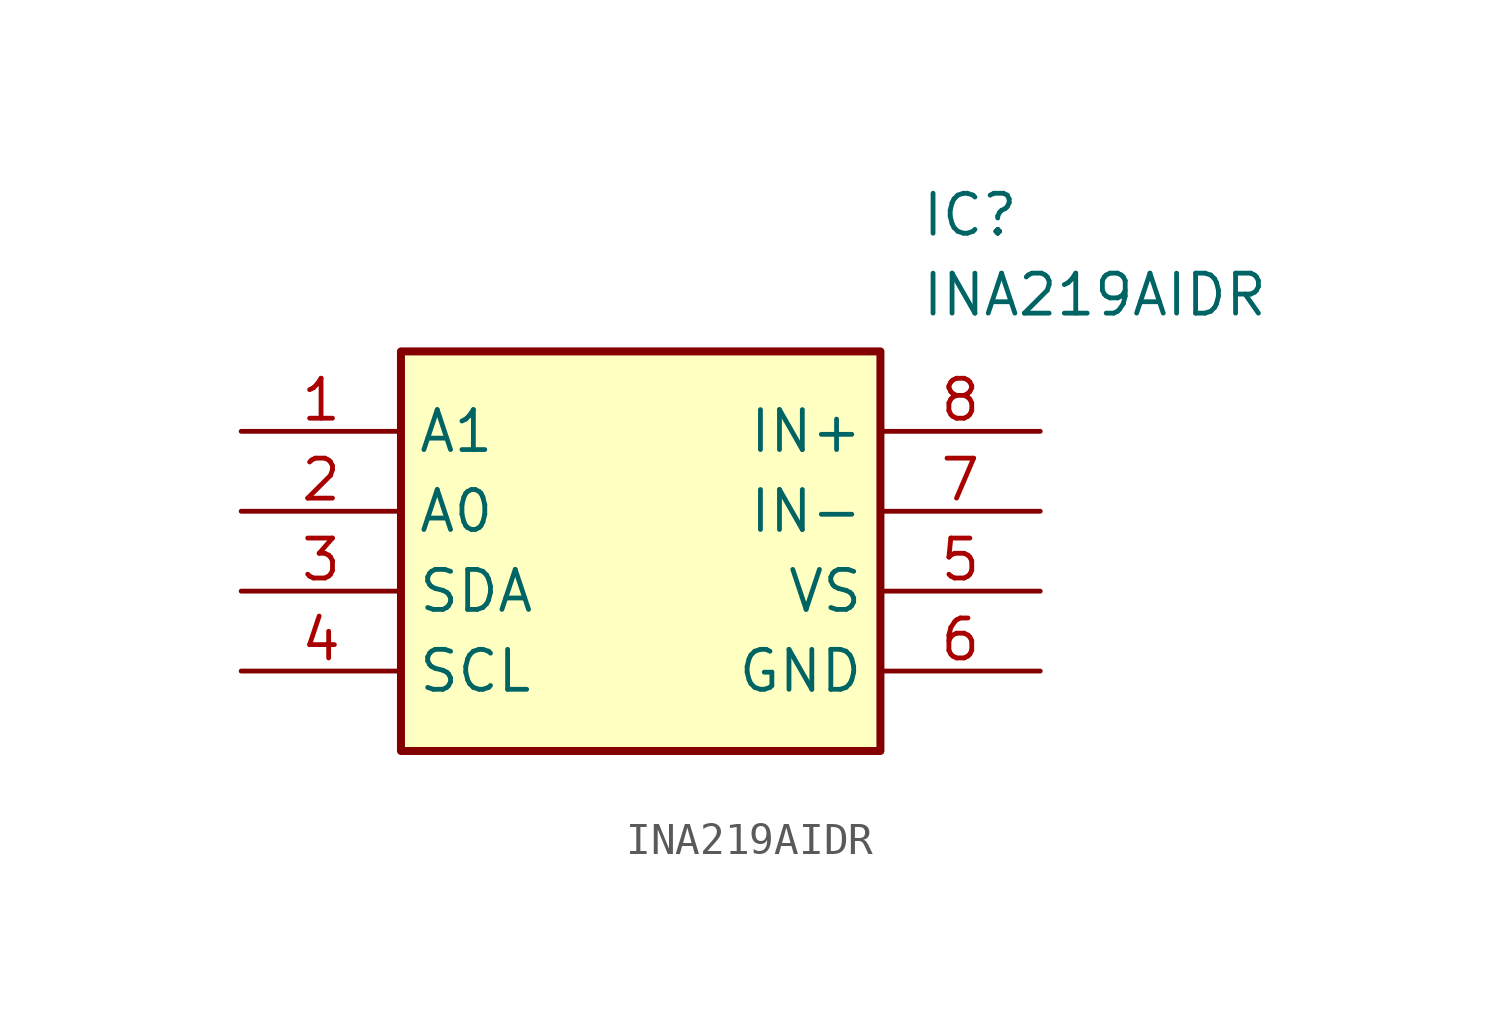
<source format=kicad_sym>
(kicad_symbol_lib
  (version 20220914)
  (generator kicad_symbol_editor)
  (symbol "INA219AIDR"
    (property "Reference" "IC"
      (at 21.59 7.62 0)
      (effects (font (size 1.27 1.27)) (justify left top)))
    (property "Value" "INA219AIDR"
      (at 21.59 5.08 0)
      (effects (font (size 1.27 1.27)) (justify left top)))
    (symbol "INA219AIDR_1_1"
      (rectangle (start 5.08 2.54) (end 20.32 -10.16) (stroke (width 0.254) (type default)) (fill (type background)))
      (pin passive line (at 0 0 0) (length 5.08) (name "A1" (effects (font (size 1.27 1.27)))) (number "1" (effects (font (size 1.27 1.27)))))
      (pin passive line (at 0 -2.54 0) (length 5.08) (name "A0" (effects (font (size 1.27 1.27)))) (number "2" (effects (font (size 1.27 1.27)))))
      (pin passive line (at 0 -5.08 0) (length 5.08) (name "SDA" (effects (font (size 1.27 1.27)))) (number "3" (effects (font (size 1.27 1.27)))))
      (pin passive line (at 0 -7.62 0) (length 5.08) (name "SCL" (effects (font (size 1.27 1.27)))) (number "4" (effects (font (size 1.27 1.27)))))
      (pin passive line (at 25.4 -5.08 180) (length 5.08) (name "VS" (effects (font (size 1.27 1.27)))) (number "5" (effects (font (size 1.27 1.27)))))
      (pin passive line (at 25.4 -7.62 180) (length 5.08) (name "GND" (effects (font (size 1.27 1.27)))) (number "6" (effects (font (size 1.27 1.27)))))
      (pin passive line (at 25.4 -2.54 180) (length 5.08) (name "IN-" (effects (font (size 1.27 1.27)))) (number "7" (effects (font (size 1.27 1.27)))))
      (pin passive line (at 25.4 0 180) (length 5.08) (name "IN+" (effects (font (size 1.27 1.27)))) (number "8" (effects (font (size 1.27 1.27))))))))
</source>
